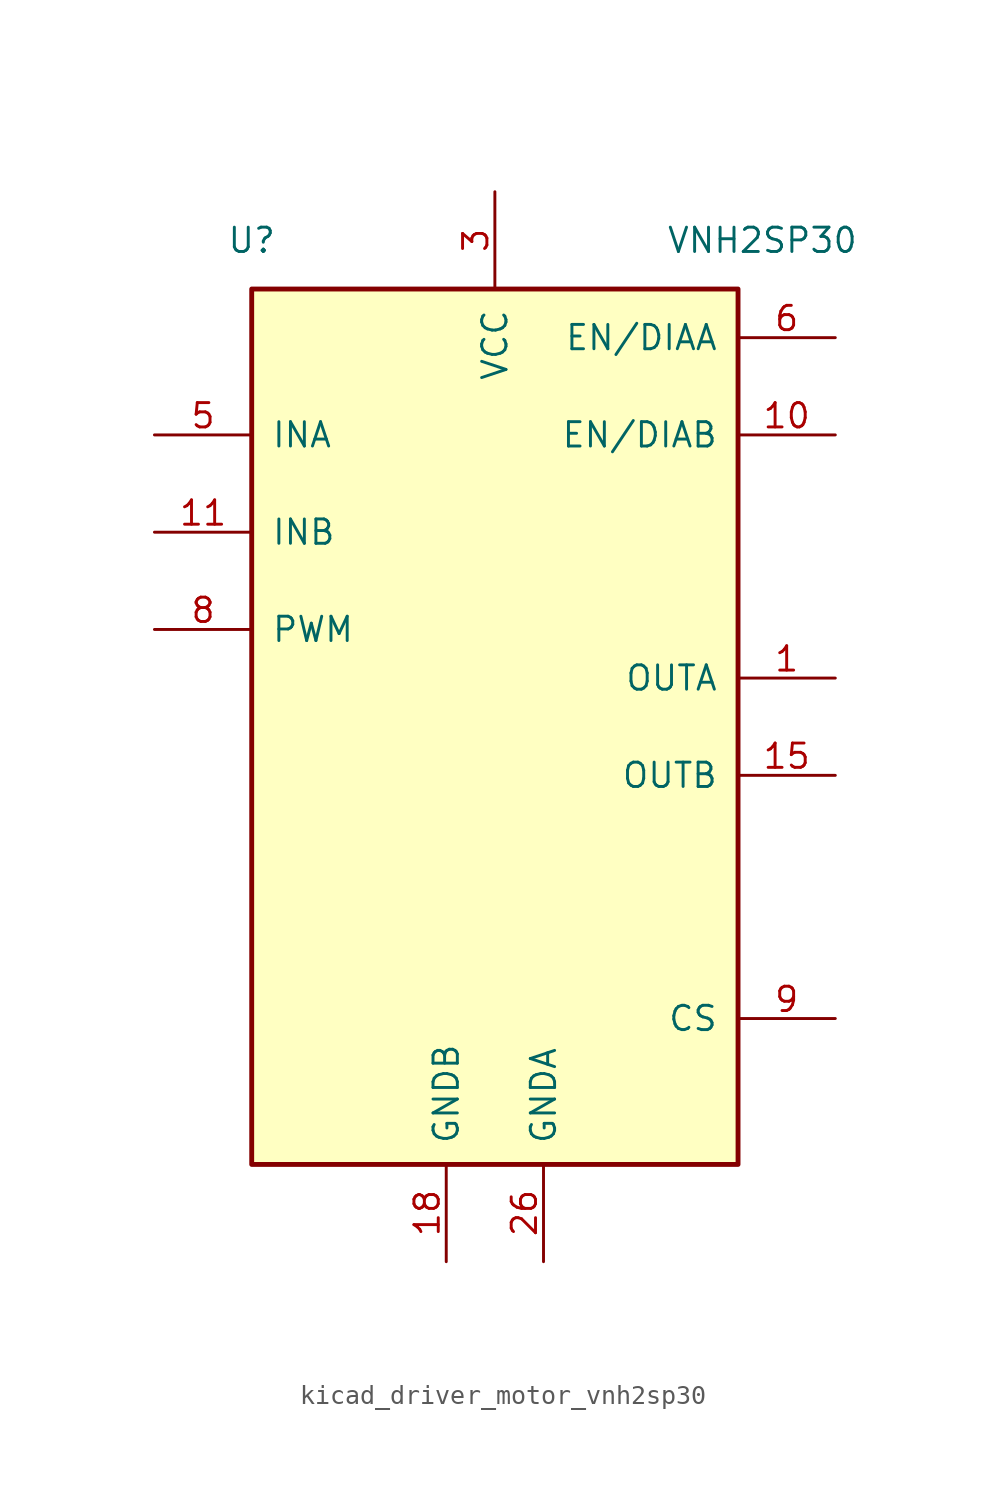
<source format=kicad_sym>
(kicad_symbol_lib
  (version 20220914)
  (generator kicad_symbol_editor)
  (symbol "kicad_driver_motor_vnh2sp30"
    (pin_names
      (offset 1.016))
    (property "Reference" "U"
      (at -12.7 25.4 0)
      (effects (font (size 1.27 1.27))))
    (property "Value" "VNH2SP30"
      (at 13.97 25.4 0)
      (effects (font (size 1.27 1.27))))
    (symbol "kicad_driver_motor_vnh2sp30_1_1"
      (rectangle (start -12.7 22.86) (end 12.7 -22.86) (stroke (width 0.254) (type default)) (fill (type background)))
      (pin output line (at 17.78 2.54 180) (length 5.08) (name "OUTA" (effects (font (size 1.27 1.27)))) (number "1" (effects (font (size 1.27 1.27)))))
      (pin output line (at 17.78 15.24 180) (length 5.08) (name "EN/DIAB" (effects (font (size 1.27 1.27)))) (number "10" (effects (font (size 1.27 1.27)))))
      (pin input line (at -17.78 10.16 0) (length 5.08) (name "INB" (effects (font (size 1.27 1.27)))) (number "11" (effects (font (size 1.27 1.27)))))
      (pin no_connect line (at -12.7 -7.62 0) (length 5.08) hide (name "NC" (effects (font (size 1.27 1.27)))) (number "12" (effects (font (size 1.27 1.27)))))
      (pin passive line (at 0 27.94 270) (length 5.08) hide (name "VCC" (effects (font (size 1.27 1.27)))) (number "13" (effects (font (size 1.27 1.27)))))
      (pin no_connect line (at -12.7 -10.16 0) (length 5.08) hide (name "NC" (effects (font (size 1.27 1.27)))) (number "14" (effects (font (size 1.27 1.27)))))
      (pin output line (at 17.78 -2.54 180) (length 5.08) (name "OUTB" (effects (font (size 1.27 1.27)))) (number "15" (effects (font (size 1.27 1.27)))))
      (pin passive line (at 17.78 -2.54 180) (length 5.08) hide (name "OUTB" (effects (font (size 1.27 1.27)))) (number "16" (effects (font (size 1.27 1.27)))))
      (pin no_connect line (at -12.7 -20.32 0) (length 5.08) hide (name "NC" (effects (font (size 1.27 1.27)))) (number "17" (effects (font (size 1.27 1.27)))))
      (pin power_in line (at -2.54 -27.94 90) (length 5.08) (name "GNDB" (effects (font (size 1.27 1.27)))) (number "18" (effects (font (size 1.27 1.27)))))
      (pin passive line (at -2.54 -27.94 90) (length 5.08) hide (name "GNDB" (effects (font (size 1.27 1.27)))) (number "19" (effects (font (size 1.27 1.27)))))
      (pin no_connect line (at -12.7 0 0) (length 5.08) hide (name "NC" (effects (font (size 1.27 1.27)))) (number "2" (effects (font (size 1.27 1.27)))))
      (pin passive line (at -2.54 -27.94 90) (length 5.08) hide (name "GNDB" (effects (font (size 1.27 1.27)))) (number "20" (effects (font (size 1.27 1.27)))))
      (pin passive line (at 17.78 -2.54 180) (length 5.08) hide (name "OUTB" (effects (font (size 1.27 1.27)))) (number "21" (effects (font (size 1.27 1.27)))))
      (pin no_connect line (at -12.7 -17.78 0) (length 5.08) hide (name "NC" (effects (font (size 1.27 1.27)))) (number "22" (effects (font (size 1.27 1.27)))))
      (pin passive line (at 0 27.94 270) (length 5.08) hide (name "VCC" (effects (font (size 1.27 1.27)))) (number "23" (effects (font (size 1.27 1.27)))))
      (pin no_connect line (at -12.7 -15.24 0) (length 5.08) hide (name "NC" (effects (font (size 1.27 1.27)))) (number "24" (effects (font (size 1.27 1.27)))))
      (pin passive line (at 17.78 2.54 180) (length 5.08) hide (name "OUTA" (effects (font (size 1.27 1.27)))) (number "25" (effects (font (size 1.27 1.27)))))
      (pin power_in line (at 2.54 -27.94 90) (length 5.08) (name "GNDA" (effects (font (size 1.27 1.27)))) (number "26" (effects (font (size 1.27 1.27)))))
      (pin passive line (at 2.54 -27.94 90) (length 5.08) hide (name "GNDA" (effects (font (size 1.27 1.27)))) (number "27" (effects (font (size 1.27 1.27)))))
      (pin passive line (at 2.54 -27.94 90) (length 5.08) hide (name "GNDA" (effects (font (size 1.27 1.27)))) (number "28" (effects (font (size 1.27 1.27)))))
      (pin no_connect line (at -12.7 -12.7 0) (length 5.08) hide (name "NC" (effects (font (size 1.27 1.27)))) (number "29" (effects (font (size 1.27 1.27)))))
      (pin power_in line (at 0 27.94 270) (length 5.08) (name "VCC" (effects (font (size 1.27 1.27)))) (number "3" (effects (font (size 1.27 1.27)))))
      (pin passive line (at 17.78 2.54 180) (length 5.08) hide (name "OUTA" (effects (font (size 1.27 1.27)))) (number "30" (effects (font (size 1.27 1.27)))))
      (pin passive line (at 0 27.94 270) (length 5.08) hide (name "VCC" (effects (font (size 1.27 1.27)))) (number "31" (effects (font (size 1.27 1.27)))))
      (pin passive line (at 17.78 -2.54 180) (length 5.08) hide (name "OUTB" (effects (font (size 1.27 1.27)))) (number "32" (effects (font (size 1.27 1.27)))))
      (pin passive line (at 17.78 2.54 180) (length 5.08) hide (name "OUTA" (effects (font (size 1.27 1.27)))) (number "33" (effects (font (size 1.27 1.27)))))
      (pin no_connect line (at -12.7 -2.54 0) (length 5.08) hide (name "NC" (effects (font (size 1.27 1.27)))) (number "4" (effects (font (size 1.27 1.27)))))
      (pin input line (at -17.78 15.24 0) (length 5.08) (name "INA" (effects (font (size 1.27 1.27)))) (number "5" (effects (font (size 1.27 1.27)))))
      (pin output line (at 17.78 20.32 180) (length 5.08) (name "EN/DIAA" (effects (font (size 1.27 1.27)))) (number "6" (effects (font (size 1.27 1.27)))))
      (pin no_connect line (at -12.7 -5.08 0) (length 5.08) hide (name "NC" (effects (font (size 1.27 1.27)))) (number "7" (effects (font (size 1.27 1.27)))))
      (pin input line (at -17.78 5.08 0) (length 5.08) (name "PWM" (effects (font (size 1.27 1.27)))) (number "8" (effects (font (size 1.27 1.27)))))
      (pin output line (at 17.78 -15.24 180) (length 5.08) (name "CS" (effects (font (size 1.27 1.27)))) (number "9" (effects (font (size 1.27 1.27))))))))
</source>
